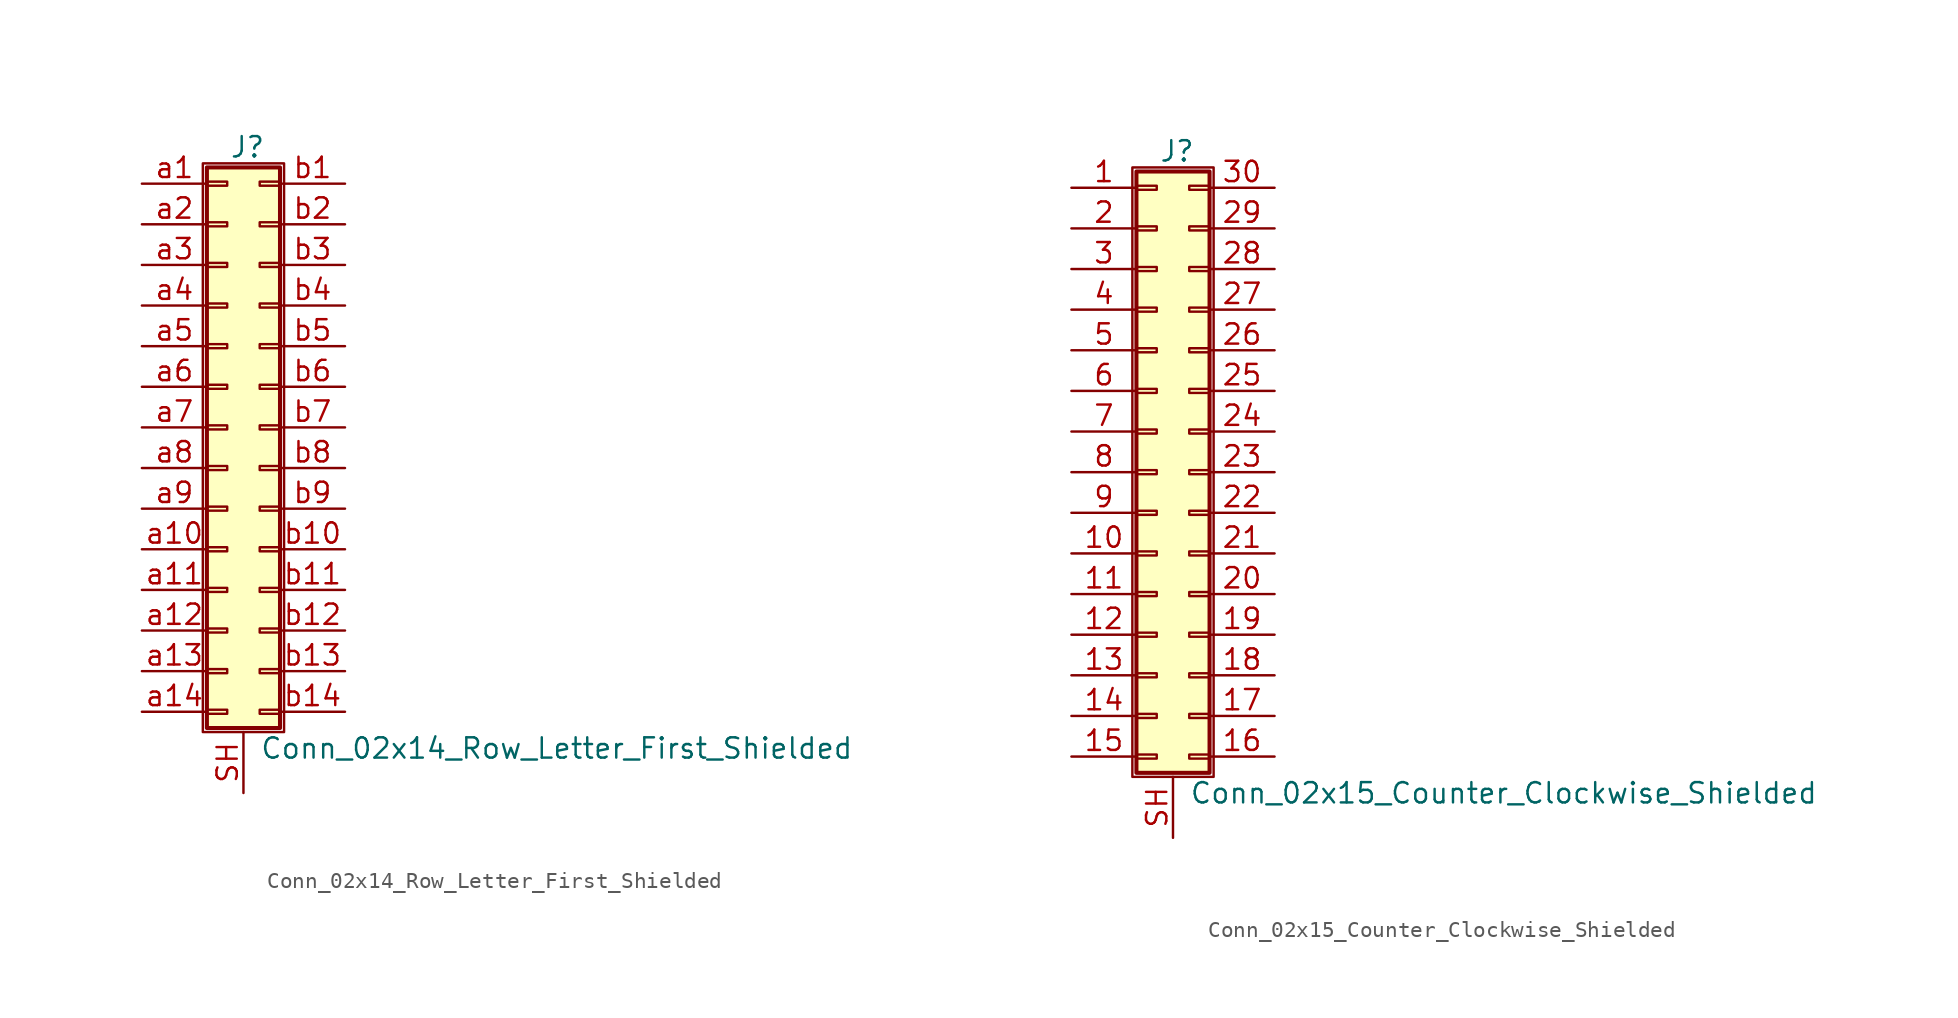
<source format=kicad_sym>
(kicad_symbol_lib
  (version 20201005)
  (generator kicad_symbol_editor)
  (symbol "Conn_02x14_Row_Letter_First_Shielded"
    (pin_names
      (offset 1.016) hide)
    (property "Reference" "J"
      (at 1.524 17.526 0)
      (effects (font (size 1.27 1.27))))
    (property "Value" "Conn_02x14_Row_Letter_First_Shielded"
      (at 2.286 -20.066 0)
      (effects (font (size 1.27 1.27)) (justify left)))
    (symbol "Conn_02x14_Row_Letter_First_Shielded_1_1"
      (rectangle (start -1.27 16.51) (end 3.81 -19.05) (stroke (width 0.152)) (fill (type none)))
      (rectangle (start -1.016 -17.653) (end 0.254 -17.907) (stroke (width 0.152)) (fill (type none)))
      (rectangle (start -1.016 -15.113) (end 0.254 -15.367) (stroke (width 0.152)) (fill (type none)))
      (rectangle (start -1.016 -12.573) (end 0.254 -12.827) (stroke (width 0.152)) (fill (type none)))
      (rectangle (start -1.016 -10.033) (end 0.254 -10.287) (stroke (width 0.152)) (fill (type none)))
      (rectangle (start -1.016 -7.493) (end 0.254 -7.747) (stroke (width 0.152)) (fill (type none)))
      (rectangle (start -1.016 -4.953) (end 0.254 -5.207) (stroke (width 0.152)) (fill (type none)))
      (rectangle (start -1.016 -2.413) (end 0.254 -2.667) (stroke (width 0.152)) (fill (type none)))
      (rectangle (start -1.016 0.127) (end 0.254 -0.127) (stroke (width 0.152)) (fill (type none)))
      (rectangle (start -1.016 2.667) (end 0.254 2.413) (stroke (width 0.152)) (fill (type none)))
      (rectangle (start -1.016 5.207) (end 0.254 4.953) (stroke (width 0.152)) (fill (type none)))
      (rectangle (start -1.016 7.747) (end 0.254 7.493) (stroke (width 0.152)) (fill (type none)))
      (rectangle (start -1.016 10.287) (end 0.254 10.033) (stroke (width 0.152)) (fill (type none)))
      (rectangle (start -1.016 12.827) (end 0.254 12.573) (stroke (width 0.152)) (fill (type none)))
      (rectangle (start -1.016 15.367) (end 0.254 15.113) (stroke (width 0.152)) (fill (type none)))
      (rectangle (start 3.556 -17.653) (end 2.286 -17.907) (stroke (width 0.152)) (fill (type none)))
      (rectangle (start 3.556 -15.113) (end 2.286 -15.367) (stroke (width 0.152)) (fill (type none)))
      (rectangle (start 3.556 -12.573) (end 2.286 -12.827) (stroke (width 0.152)) (fill (type none)))
      (rectangle (start 3.556 -10.033) (end 2.286 -10.287) (stroke (width 0.152)) (fill (type none)))
      (rectangle (start 3.556 -7.493) (end 2.286 -7.747) (stroke (width 0.152)) (fill (type none)))
      (rectangle (start 3.556 -4.953) (end 2.286 -5.207) (stroke (width 0.152)) (fill (type none)))
      (rectangle (start 3.556 -2.413) (end 2.286 -2.667) (stroke (width 0.152)) (fill (type none)))
      (rectangle (start 3.556 0.127) (end 2.286 -0.127) (stroke (width 0.152)) (fill (type none)))
      (rectangle (start 3.556 2.667) (end 2.286 2.413) (stroke (width 0.152)) (fill (type none)))
      (rectangle (start 3.556 5.207) (end 2.286 4.953) (stroke (width 0.152)) (fill (type none)))
      (rectangle (start 3.556 7.747) (end 2.286 7.493) (stroke (width 0.152)) (fill (type none)))
      (rectangle (start 3.556 10.287) (end 2.286 10.033) (stroke (width 0.152)) (fill (type none)))
      (rectangle (start 3.556 12.827) (end 2.286 12.573) (stroke (width 0.152)) (fill (type none)))
      (rectangle (start 3.556 15.367) (end 2.286 15.113) (stroke (width 0.152)) (fill (type none)))
      (rectangle (start -1.016 16.256) (end 3.556 -18.796) (stroke (width 0.254)) (fill (type background)))
      (pin passive line (at 1.27 -22.86 90) (length 3.81) (name "Shield" (effects (font (size 1.27 1.27)))) (number "SH" (effects (font (size 1.27 1.27)))))
      (pin passive line (at -5.08 15.24 0) (length 4.064) (name "Pin_a1" (effects (font (size 1.27 1.27)))) (number "a1" (effects (font (size 1.27 1.27)))))
      (pin passive line (at -5.08 -7.62 0) (length 4.064) (name "Pin_a10" (effects (font (size 1.27 1.27)))) (number "a10" (effects (font (size 1.27 1.27)))))
      (pin passive line (at -5.08 -10.16 0) (length 4.064) (name "Pin_a11" (effects (font (size 1.27 1.27)))) (number "a11" (effects (font (size 1.27 1.27)))))
      (pin passive line (at -5.08 -12.7 0) (length 4.064) (name "Pin_a12" (effects (font (size 1.27 1.27)))) (number "a12" (effects (font (size 1.27 1.27)))))
      (pin passive line (at -5.08 -15.24 0) (length 4.064) (name "Pin_a13" (effects (font (size 1.27 1.27)))) (number "a13" (effects (font (size 1.27 1.27)))))
      (pin passive line (at -5.08 -17.78 0) (length 4.064) (name "Pin_a14" (effects (font (size 1.27 1.27)))) (number "a14" (effects (font (size 1.27 1.27)))))
      (pin passive line (at -5.08 12.7 0) (length 4.064) (name "Pin_a2" (effects (font (size 1.27 1.27)))) (number "a2" (effects (font (size 1.27 1.27)))))
      (pin passive line (at -5.08 10.16 0) (length 4.064) (name "Pin_a3" (effects (font (size 1.27 1.27)))) (number "a3" (effects (font (size 1.27 1.27)))))
      (pin passive line (at -5.08 7.62 0) (length 4.064) (name "Pin_a4" (effects (font (size 1.27 1.27)))) (number "a4" (effects (font (size 1.27 1.27)))))
      (pin passive line (at -5.08 5.08 0) (length 4.064) (name "Pin_a5" (effects (font (size 1.27 1.27)))) (number "a5" (effects (font (size 1.27 1.27)))))
      (pin passive line (at -5.08 2.54 0) (length 4.064) (name "Pin_a6" (effects (font (size 1.27 1.27)))) (number "a6" (effects (font (size 1.27 1.27)))))
      (pin passive line (at -5.08 0 0) (length 4.064) (name "Pin_a7" (effects (font (size 1.27 1.27)))) (number "a7" (effects (font (size 1.27 1.27)))))
      (pin passive line (at -5.08 -2.54 0) (length 4.064) (name "Pin_a8" (effects (font (size 1.27 1.27)))) (number "a8" (effects (font (size 1.27 1.27)))))
      (pin passive line (at -5.08 -5.08 0) (length 4.064) (name "Pin_a9" (effects (font (size 1.27 1.27)))) (number "a9" (effects (font (size 1.27 1.27)))))
      (pin passive line (at 7.62 15.24 180) (length 4.064) (name "Pin_b1" (effects (font (size 1.27 1.27)))) (number "b1" (effects (font (size 1.27 1.27)))))
      (pin passive line (at 7.62 -7.62 180) (length 4.064) (name "Pin_b10" (effects (font (size 1.27 1.27)))) (number "b10" (effects (font (size 1.27 1.27)))))
      (pin passive line (at 7.62 -10.16 180) (length 4.064) (name "Pin_b11" (effects (font (size 1.27 1.27)))) (number "b11" (effects (font (size 1.27 1.27)))))
      (pin passive line (at 7.62 -12.7 180) (length 4.064) (name "Pin_b12" (effects (font (size 1.27 1.27)))) (number "b12" (effects (font (size 1.27 1.27)))))
      (pin passive line (at 7.62 -15.24 180) (length 4.064) (name "Pin_b13" (effects (font (size 1.27 1.27)))) (number "b13" (effects (font (size 1.27 1.27)))))
      (pin passive line (at 7.62 -17.78 180) (length 4.064) (name "Pin_b14" (effects (font (size 1.27 1.27)))) (number "b14" (effects (font (size 1.27 1.27)))))
      (pin passive line (at 7.62 12.7 180) (length 4.064) (name "Pin_b2" (effects (font (size 1.27 1.27)))) (number "b2" (effects (font (size 1.27 1.27)))))
      (pin passive line (at 7.62 10.16 180) (length 4.064) (name "Pin_b3" (effects (font (size 1.27 1.27)))) (number "b3" (effects (font (size 1.27 1.27)))))
      (pin passive line (at 7.62 7.62 180) (length 4.064) (name "Pin_b4" (effects (font (size 1.27 1.27)))) (number "b4" (effects (font (size 1.27 1.27)))))
      (pin passive line (at 7.62 5.08 180) (length 4.064) (name "Pin_b5" (effects (font (size 1.27 1.27)))) (number "b5" (effects (font (size 1.27 1.27)))))
      (pin passive line (at 7.62 2.54 180) (length 4.064) (name "Pin_b6" (effects (font (size 1.27 1.27)))) (number "b6" (effects (font (size 1.27 1.27)))))
      (pin passive line (at 7.62 0 180) (length 4.064) (name "Pin_b7" (effects (font (size 1.27 1.27)))) (number "b7" (effects (font (size 1.27 1.27)))))
      (pin passive line (at 7.62 -2.54 180) (length 4.064) (name "Pin_b8" (effects (font (size 1.27 1.27)))) (number "b8" (effects (font (size 1.27 1.27)))))
      (pin passive line (at 7.62 -5.08 180) (length 4.064) (name "Pin_b9" (effects (font (size 1.27 1.27)))) (number "b9" (effects (font (size 1.27 1.27)))))))
  (symbol "Conn_02x15_Counter_Clockwise_Shielded"
    (pin_names
      (offset 1.016) hide)
    (property "Reference" "J"
      (at 1.524 20.066 0)
      (effects (font (size 1.27 1.27))))
    (property "Value" "Conn_02x15_Counter_Clockwise_Shielded"
      (at 2.286 -20.066 0)
      (effects (font (size 1.27 1.27)) (justify left)))
    (symbol "Conn_02x15_Counter_Clockwise_Shielded_1_1"
      (rectangle (start -1.27 19.05) (end 3.81 -19.05) (stroke (width 0.152)) (fill (type none)))
      (rectangle (start -1.016 -17.653) (end 0.254 -17.907) (stroke (width 0.152)) (fill (type none)))
      (rectangle (start -1.016 -15.113) (end 0.254 -15.367) (stroke (width 0.152)) (fill (type none)))
      (rectangle (start -1.016 -12.573) (end 0.254 -12.827) (stroke (width 0.152)) (fill (type none)))
      (rectangle (start -1.016 -10.033) (end 0.254 -10.287) (stroke (width 0.152)) (fill (type none)))
      (rectangle (start -1.016 -7.493) (end 0.254 -7.747) (stroke (width 0.152)) (fill (type none)))
      (rectangle (start -1.016 -4.953) (end 0.254 -5.207) (stroke (width 0.152)) (fill (type none)))
      (rectangle (start -1.016 -2.413) (end 0.254 -2.667) (stroke (width 0.152)) (fill (type none)))
      (rectangle (start -1.016 0.127) (end 0.254 -0.127) (stroke (width 0.152)) (fill (type none)))
      (rectangle (start -1.016 2.667) (end 0.254 2.413) (stroke (width 0.152)) (fill (type none)))
      (rectangle (start -1.016 5.207) (end 0.254 4.953) (stroke (width 0.152)) (fill (type none)))
      (rectangle (start -1.016 7.747) (end 0.254 7.493) (stroke (width 0.152)) (fill (type none)))
      (rectangle (start -1.016 10.287) (end 0.254 10.033) (stroke (width 0.152)) (fill (type none)))
      (rectangle (start -1.016 12.827) (end 0.254 12.573) (stroke (width 0.152)) (fill (type none)))
      (rectangle (start -1.016 15.367) (end 0.254 15.113) (stroke (width 0.152)) (fill (type none)))
      (rectangle (start -1.016 17.907) (end 0.254 17.653) (stroke (width 0.152)) (fill (type none)))
      (rectangle (start 3.556 -17.653) (end 2.286 -17.907) (stroke (width 0.152)) (fill (type none)))
      (rectangle (start 3.556 -15.113) (end 2.286 -15.367) (stroke (width 0.152)) (fill (type none)))
      (rectangle (start 3.556 -12.573) (end 2.286 -12.827) (stroke (width 0.152)) (fill (type none)))
      (rectangle (start 3.556 -10.033) (end 2.286 -10.287) (stroke (width 0.152)) (fill (type none)))
      (rectangle (start 3.556 -7.493) (end 2.286 -7.747) (stroke (width 0.152)) (fill (type none)))
      (rectangle (start 3.556 -4.953) (end 2.286 -5.207) (stroke (width 0.152)) (fill (type none)))
      (rectangle (start 3.556 -2.413) (end 2.286 -2.667) (stroke (width 0.152)) (fill (type none)))
      (rectangle (start 3.556 0.127) (end 2.286 -0.127) (stroke (width 0.152)) (fill (type none)))
      (rectangle (start 3.556 2.667) (end 2.286 2.413) (stroke (width 0.152)) (fill (type none)))
      (rectangle (start 3.556 5.207) (end 2.286 4.953) (stroke (width 0.152)) (fill (type none)))
      (rectangle (start 3.556 7.747) (end 2.286 7.493) (stroke (width 0.152)) (fill (type none)))
      (rectangle (start 3.556 10.287) (end 2.286 10.033) (stroke (width 0.152)) (fill (type none)))
      (rectangle (start 3.556 12.827) (end 2.286 12.573) (stroke (width 0.152)) (fill (type none)))
      (rectangle (start 3.556 15.367) (end 2.286 15.113) (stroke (width 0.152)) (fill (type none)))
      (rectangle (start 3.556 17.907) (end 2.286 17.653) (stroke (width 0.152)) (fill (type none)))
      (rectangle (start -1.016 18.796) (end 3.556 -18.796) (stroke (width 0.254)) (fill (type background)))
      (pin passive line (at -5.08 17.78 0) (length 4.064) (name "Pin_1" (effects (font (size 1.27 1.27)))) (number "1" (effects (font (size 1.27 1.27)))))
      (pin passive line (at -5.08 -5.08 0) (length 4.064) (name "Pin_10" (effects (font (size 1.27 1.27)))) (number "10" (effects (font (size 1.27 1.27)))))
      (pin passive line (at -5.08 -7.62 0) (length 4.064) (name "Pin_11" (effects (font (size 1.27 1.27)))) (number "11" (effects (font (size 1.27 1.27)))))
      (pin passive line (at -5.08 -10.16 0) (length 4.064) (name "Pin_12" (effects (font (size 1.27 1.27)))) (number "12" (effects (font (size 1.27 1.27)))))
      (pin passive line (at -5.08 -12.7 0) (length 4.064) (name "Pin_13" (effects (font (size 1.27 1.27)))) (number "13" (effects (font (size 1.27 1.27)))))
      (pin passive line (at -5.08 -15.24 0) (length 4.064) (name "Pin_14" (effects (font (size 1.27 1.27)))) (number "14" (effects (font (size 1.27 1.27)))))
      (pin passive line (at -5.08 -17.78 0) (length 4.064) (name "Pin_15" (effects (font (size 1.27 1.27)))) (number "15" (effects (font (size 1.27 1.27)))))
      (pin passive line (at 7.62 -17.78 180) (length 4.064) (name "Pin_16" (effects (font (size 1.27 1.27)))) (number "16" (effects (font (size 1.27 1.27)))))
      (pin passive line (at 7.62 -15.24 180) (length 4.064) (name "Pin_17" (effects (font (size 1.27 1.27)))) (number "17" (effects (font (size 1.27 1.27)))))
      (pin passive line (at 7.62 -12.7 180) (length 4.064) (name "Pin_18" (effects (font (size 1.27 1.27)))) (number "18" (effects (font (size 1.27 1.27)))))
      (pin passive line (at 7.62 -10.16 180) (length 4.064) (name "Pin_19" (effects (font (size 1.27 1.27)))) (number "19" (effects (font (size 1.27 1.27)))))
      (pin passive line (at -5.08 15.24 0) (length 4.064) (name "Pin_2" (effects (font (size 1.27 1.27)))) (number "2" (effects (font (size 1.27 1.27)))))
      (pin passive line (at 7.62 -7.62 180) (length 4.064) (name "Pin_20" (effects (font (size 1.27 1.27)))) (number "20" (effects (font (size 1.27 1.27)))))
      (pin passive line (at 7.62 -5.08 180) (length 4.064) (name "Pin_21" (effects (font (size 1.27 1.27)))) (number "21" (effects (font (size 1.27 1.27)))))
      (pin passive line (at 7.62 -2.54 180) (length 4.064) (name "Pin_22" (effects (font (size 1.27 1.27)))) (number "22" (effects (font (size 1.27 1.27)))))
      (pin passive line (at 7.62 0 180) (length 4.064) (name "Pin_23" (effects (font (size 1.27 1.27)))) (number "23" (effects (font (size 1.27 1.27)))))
      (pin passive line (at 7.62 2.54 180) (length 4.064) (name "Pin_24" (effects (font (size 1.27 1.27)))) (number "24" (effects (font (size 1.27 1.27)))))
      (pin passive line (at 7.62 5.08 180) (length 4.064) (name "Pin_25" (effects (font (size 1.27 1.27)))) (number "25" (effects (font (size 1.27 1.27)))))
      (pin passive line (at 7.62 7.62 180) (length 4.064) (name "Pin_26" (effects (font (size 1.27 1.27)))) (number "26" (effects (font (size 1.27 1.27)))))
      (pin passive line (at 7.62 10.16 180) (length 4.064) (name "Pin_27" (effects (font (size 1.27 1.27)))) (number "27" (effects (font (size 1.27 1.27)))))
      (pin passive line (at 7.62 12.7 180) (length 4.064) (name "Pin_28" (effects (font (size 1.27 1.27)))) (number "28" (effects (font (size 1.27 1.27)))))
      (pin passive line (at 7.62 15.24 180) (length 4.064) (name "Pin_29" (effects (font (size 1.27 1.27)))) (number "29" (effects (font (size 1.27 1.27)))))
      (pin passive line (at -5.08 12.7 0) (length 4.064) (name "Pin_3" (effects (font (size 1.27 1.27)))) (number "3" (effects (font (size 1.27 1.27)))))
      (pin passive line (at 7.62 17.78 180) (length 4.064) (name "Pin_30" (effects (font (size 1.27 1.27)))) (number "30" (effects (font (size 1.27 1.27)))))
      (pin passive line (at -5.08 10.16 0) (length 4.064) (name "Pin_4" (effects (font (size 1.27 1.27)))) (number "4" (effects (font (size 1.27 1.27)))))
      (pin passive line (at -5.08 7.62 0) (length 4.064) (name "Pin_5" (effects (font (size 1.27 1.27)))) (number "5" (effects (font (size 1.27 1.27)))))
      (pin passive line (at -5.08 5.08 0) (length 4.064) (name "Pin_6" (effects (font (size 1.27 1.27)))) (number "6" (effects (font (size 1.27 1.27)))))
      (pin passive line (at -5.08 2.54 0) (length 4.064) (name "Pin_7" (effects (font (size 1.27 1.27)))) (number "7" (effects (font (size 1.27 1.27)))))
      (pin passive line (at -5.08 0 0) (length 4.064) (name "Pin_8" (effects (font (size 1.27 1.27)))) (number "8" (effects (font (size 1.27 1.27)))))
      (pin passive line (at -5.08 -2.54 0) (length 4.064) (name "Pin_9" (effects (font (size 1.27 1.27)))) (number "9" (effects (font (size 1.27 1.27)))))
      (pin passive line (at 1.27 -22.86 90) (length 3.81) (name "Shield" (effects (font (size 1.27 1.27)))) (number "SH" (effects (font (size 1.27 1.27))))))))
</source>
